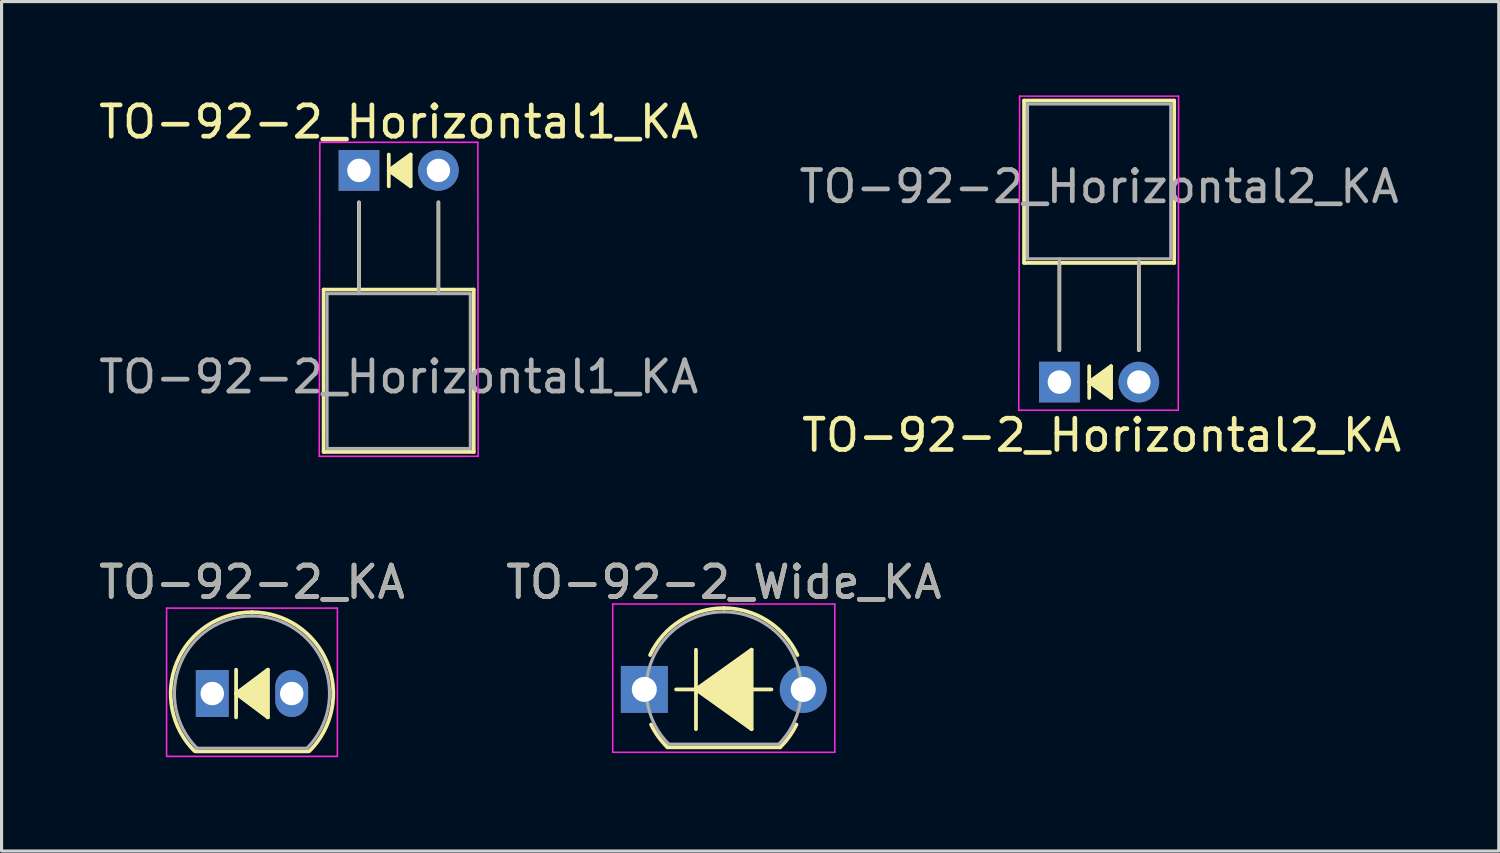
<source format=kicad_pcb>
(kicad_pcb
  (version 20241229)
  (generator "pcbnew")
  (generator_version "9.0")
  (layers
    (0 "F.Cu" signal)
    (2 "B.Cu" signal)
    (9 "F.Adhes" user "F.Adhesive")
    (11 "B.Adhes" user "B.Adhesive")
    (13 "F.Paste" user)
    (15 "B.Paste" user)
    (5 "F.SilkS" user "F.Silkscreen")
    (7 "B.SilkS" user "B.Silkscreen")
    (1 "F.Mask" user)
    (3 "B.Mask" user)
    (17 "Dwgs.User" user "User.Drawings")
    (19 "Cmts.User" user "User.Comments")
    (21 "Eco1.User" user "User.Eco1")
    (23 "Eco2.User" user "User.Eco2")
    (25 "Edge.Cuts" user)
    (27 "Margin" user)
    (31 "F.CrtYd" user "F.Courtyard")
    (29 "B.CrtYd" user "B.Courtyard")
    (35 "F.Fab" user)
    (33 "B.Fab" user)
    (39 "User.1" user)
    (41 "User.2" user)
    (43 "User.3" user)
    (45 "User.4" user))
  (footprint "TO-92-2_KA"
    (layer "F.Cu")
    (at 3.736 19.122)
    (property "Reference" "TO-92-2_KA" (at 1.27 -3.56 0) (layer "F.SilkS") (effects (font (size 1 1) (thickness 0.15))))
    (fp_line (start -0.53 1.85) (end 3.07 1.85) (stroke (width 0.12) (type solid)) (layer "F.SilkS"))
    (fp_line (start 0.762 -0.762) (end 0.762 0.762) (stroke (width 0.12) (type solid)) (layer "F.SilkS"))
    (fp_line (start 0.762 0) (end 1.778 -0.762) (stroke (width 0.12) (type solid)) (layer "F.SilkS"))
    (fp_line (start 1.778 -0.762) (end 1.778 0.762) (stroke (width 0.12) (type solid)) (layer "F.SilkS"))
    (fp_line (start 1.778 0.762) (end 0.762 0) (stroke (width 0.12) (type solid)) (layer "F.SilkS"))
    (fp_arc (start -0.568478 1.838478) (mid -1.132087 -0.994977) (end 1.27 -2.6) (stroke (width 0.12) (type solid)) (layer "F.SilkS"))
    (fp_arc (start 1.27 -2.6) (mid 3.672087 -0.994977) (end 3.108478 1.838478) (stroke (width 0.12) (type solid)) (layer "F.SilkS"))
    (fp_poly (pts (xy 1.778 0.762) (xy 0.762 0) (xy 1.778 -0.762)) (stroke (width 0.1) (type solid)) (fill yes) (layer "F.SilkS"))
    (fp_line (start -1.46 -2.73) (end -1.46 2.01) (stroke (width 0.05) (type solid)) (layer "F.CrtYd"))
    (fp_line (start -1.46 -2.73) (end 4 -2.73) (stroke (width 0.05) (type solid)) (layer "F.CrtYd"))
    (fp_line (start 4 2.01) (end -1.46 2.01) (stroke (width 0.05) (type solid)) (layer "F.CrtYd"))
    (fp_line (start 4 2.01) (end 4 -2.73) (stroke (width 0.05) (type solid)) (layer "F.CrtYd"))
    (fp_line (start -0.5 1.75) (end 3 1.75) (stroke (width 0.1) (type solid)) (layer "F.Fab"))
    (fp_arc (start -0.483625 1.753625) (mid -1.021221 -0.949055) (end 1.27 -2.48) (stroke (width 0.1) (type solid)) (layer "F.Fab"))
    (fp_arc (start 1.27 -2.48) (mid 3.561221 -0.949055) (end 3.023625 1.753625) (stroke (width 0.1) (type solid)) (layer "F.Fab"))
    (fp_text user "${REFERENCE}" (at 1.27 -3.56 0) (layer "F.Fab") (effects (font (size 1 1) (thickness 0.15))))
    (pad "1" thru_hole rect (at 0 0) (size 1.05 1.5) (drill 0.75) (layers "*.Cu" "*.Mask"))
    (pad "2" thru_hole oval (at 2.54 0) (size 1.05 1.5) (drill 0.75) (layers "*.Cu" "*.Mask")))
  (footprint "TO-92-2_Wide_KA"
    (layer "F.Cu")
    (at 17.549 18.991)
    (property "Reference" "TO-92-2_Wide_KA" (at 2.54 -3.43 0) (layer "F.SilkS") (effects (font (size 1 1) (thickness 0.15))))
    (attr through_hole)
    (fp_line (start 0.74 1.85) (end 4.34 1.85) (stroke (width 0.12) (type solid)) (layer "F.SilkS"))
    (fp_line (start 1.016 0) (end 1.651 0) (stroke (width 0.12) (type solid)) (layer "F.SilkS"))
    (fp_line (start 1.651 0) (end 1.651 -1.27) (stroke (width 0.12) (type solid)) (layer "F.SilkS"))
    (fp_line (start 1.651 0) (end 3.429 -1.27) (stroke (width 0.12) (type solid)) (layer "F.SilkS"))
    (fp_line (start 1.651 1.27) (end 1.651 0) (stroke (width 0.12) (type solid)) (layer "F.SilkS"))
    (fp_line (start 3.429 -1.27) (end 3.429 1.27) (stroke (width 0.12) (type solid)) (layer "F.SilkS"))
    (fp_line (start 3.429 1.27) (end 1.651 0) (stroke (width 0.12) (type solid)) (layer "F.SilkS"))
    (fp_line (start 4.064 0) (end 3.429 0) (stroke (width 0.12) (type solid)) (layer "F.SilkS"))
    (fp_arc (start 0.1836 -1.098807) (mid 1.143021 -2.192817) (end 2.54 -2.6) (stroke (width 0.12) (type solid)) (layer "F.SilkS"))
    (fp_arc (start 0.74 1.85) (mid 0.446097 1.509328) (end 0.215816 1.122795) (stroke (width 0.12) (type solid)) (layer "F.SilkS"))
    (fp_arc (start 2.54 -2.6) (mid 3.936979 -2.192818) (end 4.8964 -1.098807) (stroke (width 0.12) (type solid)) (layer "F.SilkS"))
    (fp_arc (start 4.864184 1.122795) (mid 4.633903 1.509328) (end 4.34 1.85) (stroke (width 0.12) (type solid)) (layer "F.SilkS"))
    (fp_poly (pts (xy 3.429 1.27) (xy 1.651 0) (xy 3.429 -1.27)) (stroke (width 0.1) (type solid)) (fill yes) (layer "F.SilkS"))
    (fp_line (start -1.01 -2.73) (end -1.01 2.01) (stroke (width 0.05) (type solid)) (layer "F.CrtYd"))
    (fp_line (start -1.01 -2.73) (end 6.09 -2.73) (stroke (width 0.05) (type solid)) (layer "F.CrtYd"))
    (fp_line (start 6.09 2.01) (end -1.01 2.01) (stroke (width 0.05) (type solid)) (layer "F.CrtYd"))
    (fp_line (start 6.09 2.01) (end 6.09 -2.73) (stroke (width 0.05) (type solid)) (layer "F.CrtYd"))
    (fp_line (start 0.8 1.75) (end 4.3 1.75) (stroke (width 0.1) (type solid)) (layer "F.Fab"))
    (fp_arc (start 0.786375 1.753625) (mid 0.248779 -0.949055) (end 2.54 -2.48) (stroke (width 0.1) (type solid)) (layer "F.Fab"))
    (fp_arc (start 2.54 -2.48) (mid 4.831221 -0.949055) (end 4.293625 1.753625) (stroke (width 0.1) (type solid)) (layer "F.Fab"))
    (fp_text user "${REFERENCE}" (at 2.54 -3.43 0) (layer "F.Fab") (effects (font (size 1 1) (thickness 0.15))))
    (pad "1" thru_hole rect (at 0 0 90) (size 1.5 1.5) (drill 0.8) (layers "*.Cu" "*.Mask"))
    (pad "2" thru_hole circle (at 5.08 0 90) (size 1.5 1.5) (drill 0.8) (layers "*.Cu" "*.Mask")))
  (footprint "TO-92-2_Horizontal1_KA"
    (layer "F.Cu")
    (at 8.426 2.398)
    (property "Reference" "TO-92-2_Horizontal1_KA" (at 1.27 -1.55 0) (layer "F.SilkS") (effects (font (size 1 1) (thickness 0.15))))
    (attr through_hole)
    (fp_line (start -1.13 3.81) (end 3.67 3.81) (stroke (width 0.12) (type solid)) (layer "F.SilkS"))
    (fp_line (start -1.13 9) (end -1.13 3.81) (stroke (width 0.12) (type solid)) (layer "F.SilkS"))
    (fp_line (start 0 1.02) (end 0 3.81) (stroke (width 0.12) (type solid)) (layer "F.SilkS"))
    (fp_line (start 0.953 -0.508) (end 0.953 0.508) (stroke (width 0.12) (type solid)) (layer "F.SilkS"))
    (fp_line (start 0.953 0) (end 1.651 -0.508) (stroke (width 0.12) (type solid)) (layer "F.SilkS"))
    (fp_line (start 1.651 -0.508) (end 1.651 0.508) (stroke (width 0.12) (type solid)) (layer "F.SilkS"))
    (fp_line (start 1.651 0.508) (end 0.953 0) (stroke (width 0.12) (type solid)) (layer "F.SilkS"))
    (fp_line (start 2.54 1.02) (end 2.54 3.81) (stroke (width 0.12) (type solid)) (layer "F.SilkS"))
    (fp_line (start 3.67 3.81) (end 3.67 9) (stroke (width 0.12) (type solid)) (layer "F.SilkS"))
    (fp_line (start 3.67 9) (end -1.13 9) (stroke (width 0.12) (type solid)) (layer "F.SilkS"))
    (fp_poly (pts (xy 1.651 0.508) (xy 0.953 0) (xy 1.651 -0.508)) (stroke (width 0.1) (type solid)) (fill yes) (layer "F.SilkS"))
    (fp_line (start -1.25 -0.9) (end -1.27 9.14) (stroke (width 0.05) (type solid)) (layer "F.CrtYd"))
    (fp_line (start -1.25 -0.9) (end 3.8 -0.9) (stroke (width 0.05) (type solid)) (layer "F.CrtYd"))
    (fp_line (start 3.81 9.14) (end -1.27 9.14) (stroke (width 0.05) (type solid)) (layer "F.CrtYd"))
    (fp_line (start 3.81 9.14) (end 3.8 -0.9) (stroke (width 0.05) (type solid)) (layer "F.CrtYd"))
    (fp_line (start -1.02 3.94) (end 3.56 3.94) (stroke (width 0.1) (type solid)) (layer "F.Fab"))
    (fp_line (start -1.02 8.89) (end -1.02 3.94) (stroke (width 0.1) (type solid)) (layer "F.Fab"))
    (fp_line (start 0 3.94) (end 0 1.02) (stroke (width 0.1) (type solid)) (layer "F.Fab"))
    (fp_line (start 2.54 3.94) (end 2.54 1.02) (stroke (width 0.1) (type solid)) (layer "F.Fab"))
    (fp_line (start 3.56 3.94) (end 3.56 8.89) (stroke (width 0.1) (type solid)) (layer "F.Fab"))
    (fp_line (start 3.56 8.89) (end -1.02 8.89) (stroke (width 0.1) (type solid)) (layer "F.Fab"))
    (fp_text user "${REFERENCE}" (at 1.27 6.6 0) (layer "F.Fab") (effects (font (size 1 1) (thickness 0.15))))
    (pad "1" thru_hole rect (at 0 0 90) (size 1.3 1.3) (drill 0.75) (layers "*.Cu" "*.Mask"))
    (pad "2" thru_hole circle (at 2.54 0 90) (size 1.3 1.3) (drill 0.75) (layers "*.Cu" "*.Mask")))
  (footprint "TO-92-2_Horizontal2_KA"
    (layer "F.Cu")
    (at 30.819 9.165)
    (property "Reference" "TO-92-2_Horizontal2_KA" (at 1.35 1.7 0) (layer "F.SilkS") (effects (font (size 1 1) (thickness 0.15))))
    (attr through_hole)
    (fp_line (start -1.13 -9) (end -1.13 -3.81) (stroke (width 0.12) (type solid)) (layer "F.SilkS"))
    (fp_line (start -1.13 -3.81) (end 3.67 -3.81) (stroke (width 0.12) (type solid)) (layer "F.SilkS"))
    (fp_line (start 0 -1.02) (end 0 -3.81) (stroke (width 0.12) (type solid)) (layer "F.SilkS"))
    (fp_line (start 0.953 -0.508) (end 0.953 0.508) (stroke (width 0.12) (type solid)) (layer "F.SilkS"))
    (fp_line (start 0.953 0) (end 1.651 -0.508) (stroke (width 0.12) (type solid)) (layer "F.SilkS"))
    (fp_line (start 1.651 -0.508) (end 1.651 0.508) (stroke (width 0.12) (type solid)) (layer "F.SilkS"))
    (fp_line (start 1.651 0.508) (end 0.953 0) (stroke (width 0.12) (type solid)) (layer "F.SilkS"))
    (fp_line (start 2.54 -1.02) (end 2.54 -3.81) (stroke (width 0.12) (type solid)) (layer "F.SilkS"))
    (fp_line (start 3.67 -9) (end -1.13 -9) (stroke (width 0.12) (type solid)) (layer "F.SilkS"))
    (fp_line (start 3.67 -3.81) (end 3.67 -9) (stroke (width 0.12) (type solid)) (layer "F.SilkS"))
    (fp_poly (pts (xy 1.651 0.508) (xy 0.953 0) (xy 1.651 -0.508)) (stroke (width 0.1) (type solid)) (fill yes) (layer "F.SilkS"))
    (fp_line (start -1.27 -9.14) (end -1.3 0.9) (stroke (width 0.05) (type solid)) (layer "F.CrtYd"))
    (fp_line (start -1.27 -9.14) (end 3.81 -9.14) (stroke (width 0.05) (type solid)) (layer "F.CrtYd"))
    (fp_line (start 3.8 0.9) (end -1.3 0.9) (stroke (width 0.05) (type solid)) (layer "F.CrtYd"))
    (fp_line (start 3.8 0.9) (end 3.81 -9.14) (stroke (width 0.05) (type solid)) (layer "F.CrtYd"))
    (fp_line (start -1.02 -8.89) (end -1.02 -3.94) (stroke (width 0.1) (type solid)) (layer "F.Fab"))
    (fp_line (start -1.02 -3.94) (end 3.56 -3.94) (stroke (width 0.1) (type solid)) (layer "F.Fab"))
    (fp_line (start 0 -3.94) (end 0 -1.02) (stroke (width 0.1) (type solid)) (layer "F.Fab"))
    (fp_line (start 2.54 -3.94) (end 2.54 -1.02) (stroke (width 0.1) (type solid)) (layer "F.Fab"))
    (fp_line (start 3.56 -8.89) (end -1.02 -8.89) (stroke (width 0.1) (type solid)) (layer "F.Fab"))
    (fp_line (start 3.56 -3.94) (end 3.56 -8.89) (stroke (width 0.1) (type solid)) (layer "F.Fab"))
    (fp_text user "${REFERENCE}" (at 1.27 -6.25 0) (layer "F.Fab") (effects (font (size 1 1) (thickness 0.15))))
    (pad "1" thru_hole rect (at 0 0 270) (size 1.3 1.3) (drill 0.75) (layers "*.Cu" "*.Mask"))
    (pad "2" thru_hole circle (at 2.54 0 270) (size 1.3 1.3) (drill 0.75) (layers "*.Cu" "*.Mask")))
  (gr_rect
    (start -3 -3)
    (end 44.866 24.157)
    (stroke (width 0.1) (type default))
    (fill no)
    (layer "Edge.Cuts")))
</source>
